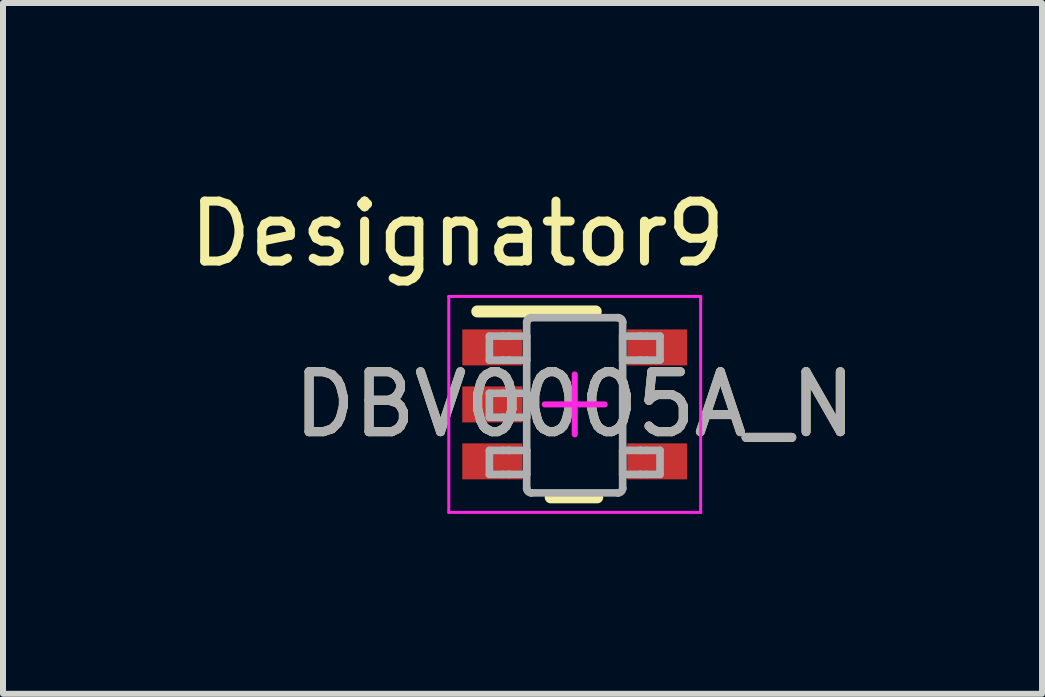
<source format=kicad_pcb>
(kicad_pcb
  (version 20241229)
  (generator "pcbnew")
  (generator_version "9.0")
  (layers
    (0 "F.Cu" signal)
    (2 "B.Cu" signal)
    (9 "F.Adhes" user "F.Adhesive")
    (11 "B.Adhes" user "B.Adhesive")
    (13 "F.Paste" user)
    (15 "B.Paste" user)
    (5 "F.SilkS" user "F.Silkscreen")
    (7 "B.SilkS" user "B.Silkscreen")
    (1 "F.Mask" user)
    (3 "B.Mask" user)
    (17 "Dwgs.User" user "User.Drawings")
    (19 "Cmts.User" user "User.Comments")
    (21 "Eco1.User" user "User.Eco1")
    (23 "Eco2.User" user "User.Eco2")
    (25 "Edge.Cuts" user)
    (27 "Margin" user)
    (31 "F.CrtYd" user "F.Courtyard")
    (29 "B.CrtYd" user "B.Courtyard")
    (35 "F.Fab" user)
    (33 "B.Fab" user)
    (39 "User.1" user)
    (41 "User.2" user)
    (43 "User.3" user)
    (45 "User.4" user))
  (footprint "DBV0005A_N"
    (layer "F.Cu")
    (at 6.533 3.693)
    (property "Reference" "DBV0005A_N" (at 0 0 0) (unlocked yes) (layer "F.SilkS") (effects (font (size 1 1) (thickness 0.15))))
    (attr smd)
    (fp_line (start -1.625 -1.55) (end 0.35 -1.55) (stroke (width 0.2) (type solid)) (layer "F.SilkS"))
    (fp_line (start -0.4 1.55) (end 0.375 1.55) (stroke (width 0.2) (type solid)) (layer "F.SilkS"))
    (fp_line (start -2.1 -1.8) (end 2.1 -1.8) (stroke (width 0.05) (type solid)) (layer "F.CrtYd"))
    (fp_line (start -2.1 1.8) (end -2.1 -1.8) (stroke (width 0.05) (type solid)) (layer "F.CrtYd"))
    (fp_line (start -2.1 1.8) (end 2.1 1.8) (stroke (width 0.05) (type solid)) (layer "F.CrtYd"))
    (fp_line (start -0.5 0) (end 0.5 0) (stroke (width 0.1) (type solid)) (layer "F.CrtYd"))
    (fp_line (start 0 0.5) (end 0 -0.5) (stroke (width 0.1) (type solid)) (layer "F.CrtYd"))
    (fp_line (start 2.1 1.8) (end 2.1 -1.8) (stroke (width 0.05) (type solid)) (layer "F.CrtYd"))
    (fp_line (start -1.423 -1.138) (end -1.199 -1.138) (stroke (width 0.127) (type solid)) (layer "F.Fab"))
    (fp_line (start -1.423 -0.738) (end -1.423 -1.138) (stroke (width 0.127) (type solid)) (layer "F.Fab"))
    (fp_line (start -1.423 -0.738) (end -1.199 -0.738) (stroke (width 0.127) (type solid)) (layer "F.Fab"))
    (fp_line (start -1.423 -0.186) (end -1.199 -0.186) (stroke (width 0.127) (type solid)) (layer "F.Fab"))
    (fp_line (start -1.423 0.215) (end -1.423 -0.186) (stroke (width 0.127) (type solid)) (layer "F.Fab"))
    (fp_line (start -1.423 0.215) (end -1.199 0.215) (stroke (width 0.127) (type solid)) (layer "F.Fab"))
    (fp_line (start -1.423 0.767) (end -1.199 0.767) (stroke (width 0.127) (type solid)) (layer "F.Fab"))
    (fp_line (start -1.423 1.167) (end -1.423 0.767) (stroke (width 0.127) (type solid)) (layer "F.Fab"))
    (fp_line (start -1.423 1.167) (end -1.199 1.167) (stroke (width 0.127) (type solid)) (layer "F.Fab"))
    (fp_line (start -1.199 -1.138) (end -1.105 -1.138) (stroke (width 0.127) (type solid)) (layer "F.Fab"))
    (fp_line (start -1.199 -0.738) (end -1.105 -0.738) (stroke (width 0.127) (type solid)) (layer "F.Fab"))
    (fp_line (start -1.199 -0.186) (end -1.105 -0.186) (stroke (width 0.127) (type solid)) (layer "F.Fab"))
    (fp_line (start -1.199 0.215) (end -1.105 0.215) (stroke (width 0.127) (type solid)) (layer "F.Fab"))
    (fp_line (start -1.199 0.767) (end -1.105 0.767) (stroke (width 0.127) (type solid)) (layer "F.Fab"))
    (fp_line (start -1.199 1.167) (end -1.105 1.167) (stroke (width 0.127) (type solid)) (layer "F.Fab"))
    (fp_line (start -1.105 -1.138) (end -1.088 -1.138) (stroke (width 0.127) (type solid)) (layer "F.Fab"))
    (fp_line (start -1.105 -0.738) (end -1.088 -0.738) (stroke (width 0.127) (type solid)) (layer "F.Fab"))
    (fp_line (start -1.105 -0.186) (end -1.088 -0.186) (stroke (width 0.127) (type solid)) (layer "F.Fab"))
    (fp_line (start -1.105 0.215) (end -1.088 0.215) (stroke (width 0.127) (type solid)) (layer "F.Fab"))
    (fp_line (start -1.105 0.767) (end -1.088 0.767) (stroke (width 0.127) (type solid)) (layer "F.Fab"))
    (fp_line (start -1.105 1.167) (end -1.088 1.167) (stroke (width 0.127) (type solid)) (layer "F.Fab"))
    (fp_line (start -1.088 -1.138) (end -0.835 -1.138) (stroke (width 0.127) (type solid)) (layer "F.Fab"))
    (fp_line (start -1.088 -0.738) (end -0.835 -0.738) (stroke (width 0.127) (type solid)) (layer "F.Fab"))
    (fp_line (start -1.088 -0.186) (end -0.835 -0.186) (stroke (width 0.127) (type solid)) (layer "F.Fab"))
    (fp_line (start -1.088 0.215) (end -0.835 0.215) (stroke (width 0.127) (type solid)) (layer "F.Fab"))
    (fp_line (start -1.088 0.767) (end -0.835 0.767) (stroke (width 0.127) (type solid)) (layer "F.Fab"))
    (fp_line (start -1.088 1.167) (end -0.835 1.167) (stroke (width 0.127) (type solid)) (layer "F.Fab"))
    (fp_line (start -0.835 -1.138) (end -0.801 -1.138) (stroke (width 0.127) (type solid)) (layer "F.Fab"))
    (fp_line (start -0.835 -0.738) (end -0.801 -0.738) (stroke (width 0.127) (type solid)) (layer "F.Fab"))
    (fp_line (start -0.835 -0.186) (end -0.801 -0.186) (stroke (width 0.127) (type solid)) (layer "F.Fab"))
    (fp_line (start -0.835 0.215) (end -0.801 0.215) (stroke (width 0.127) (type solid)) (layer "F.Fab"))
    (fp_line (start -0.835 0.767) (end -0.801 0.767) (stroke (width 0.127) (type solid)) (layer "F.Fab"))
    (fp_line (start -0.835 1.167) (end -0.801 1.167) (stroke (width 0.127) (type solid)) (layer "F.Fab"))
    (fp_line (start -0.801 -1.37) (end -0.801 -1.371) (stroke (width 0.127) (type solid)) (layer "F.Fab"))
    (fp_line (start -0.801 -0.738) (end -0.801 -1.138) (stroke (width 0.127) (type solid)) (layer "F.Fab"))
    (fp_line (start -0.801 0.215) (end -0.801 -0.186) (stroke (width 0.127) (type solid)) (layer "F.Fab"))
    (fp_line (start -0.801 1.167) (end -0.801 0.767) (stroke (width 0.127) (type solid)) (layer "F.Fab"))
    (fp_line (start -0.801 1.399) (end -0.801 -1.37) (stroke (width 0.127) (type solid)) (layer "F.Fab"))
    (fp_line (start -0.801 1.4) (end -0.801 1.399) (stroke (width 0.127) (type solid)) (layer "F.Fab"))
    (fp_line (start -0.725 -1.446) (end -0.725 -1.446) (stroke (width 0.127) (type solid)) (layer "F.Fab"))
    (fp_line (start -0.725 1.475) (end -0.725 1.475) (stroke (width 0.127) (type solid)) (layer "F.Fab"))
    (fp_line (start -0.725 -1.446) (end 0.723 -1.446) (stroke (width 0.127) (type solid)) (layer "F.Fab"))
    (fp_line (start -0.725 1.475) (end 0.723 1.475) (stroke (width 0.127) (type solid)) (layer "F.Fab"))
    (fp_line (start 0.723 -1.446) (end 0.724 -1.446) (stroke (width 0.127) (type solid)) (layer "F.Fab"))
    (fp_line (start 0.723 1.475) (end 0.724 1.475) (stroke (width 0.127) (type solid)) (layer "F.Fab"))
    (fp_line (start 0.799 -1.37) (end 0.799 -1.371) (stroke (width 0.127) (type solid)) (layer "F.Fab"))
    (fp_line (start 0.799 -1.138) (end 0.834 -1.138) (stroke (width 0.127) (type solid)) (layer "F.Fab"))
    (fp_line (start 0.799 -0.738) (end 0.799 -1.138) (stroke (width 0.127) (type solid)) (layer "F.Fab"))
    (fp_line (start 0.799 -0.738) (end 0.834 -0.738) (stroke (width 0.127) (type solid)) (layer "F.Fab"))
    (fp_line (start 0.799 0.767) (end 0.834 0.767) (stroke (width 0.127) (type solid)) (layer "F.Fab"))
    (fp_line (start 0.799 1.167) (end 0.799 0.767) (stroke (width 0.127) (type solid)) (layer "F.Fab"))
    (fp_line (start 0.799 1.167) (end 0.834 1.167) (stroke (width 0.127) (type solid)) (layer "F.Fab"))
    (fp_line (start 0.799 1.399) (end 0.799 -1.37) (stroke (width 0.127) (type solid)) (layer "F.Fab"))
    (fp_line (start 0.799 1.4) (end 0.799 1.399) (stroke (width 0.127) (type solid)) (layer "F.Fab"))
    (fp_line (start 0.834 -1.138) (end 1.087 -1.138) (stroke (width 0.127) (type solid)) (layer "F.Fab"))
    (fp_line (start 0.834 -0.738) (end 1.087 -0.738) (stroke (width 0.127) (type solid)) (layer "F.Fab"))
    (fp_line (start 0.834 0.767) (end 1.087 0.767) (stroke (width 0.127) (type solid)) (layer "F.Fab"))
    (fp_line (start 0.834 1.167) (end 1.087 1.167) (stroke (width 0.127) (type solid)) (layer "F.Fab"))
    (fp_line (start 1.087 -1.138) (end 1.103 -1.138) (stroke (width 0.127) (type solid)) (layer "F.Fab"))
    (fp_line (start 1.087 -0.738) (end 1.103 -0.738) (stroke (width 0.127) (type solid)) (layer "F.Fab"))
    (fp_line (start 1.087 0.767) (end 1.103 0.767) (stroke (width 0.127) (type solid)) (layer "F.Fab"))
    (fp_line (start 1.087 1.167) (end 1.103 1.167) (stroke (width 0.127) (type solid)) (layer "F.Fab"))
    (fp_line (start 1.103 -1.138) (end 1.198 -1.138) (stroke (width 0.127) (type solid)) (layer "F.Fab"))
    (fp_line (start 1.103 -0.738) (end 1.198 -0.738) (stroke (width 0.127) (type solid)) (layer "F.Fab"))
    (fp_line (start 1.103 0.767) (end 1.198 0.767) (stroke (width 0.127) (type solid)) (layer "F.Fab"))
    (fp_line (start 1.103 1.167) (end 1.198 1.167) (stroke (width 0.127) (type solid)) (layer "F.Fab"))
    (fp_line (start 1.198 -1.138) (end 1.422 -1.138) (stroke (width 0.127) (type solid)) (layer "F.Fab"))
    (fp_line (start 1.198 -0.738) (end 1.422 -0.738) (stroke (width 0.127) (type solid)) (layer "F.Fab"))
    (fp_line (start 1.198 0.767) (end 1.422 0.767) (stroke (width 0.127) (type solid)) (layer "F.Fab"))
    (fp_line (start 1.198 1.167) (end 1.422 1.167) (stroke (width 0.127) (type solid)) (layer "F.Fab"))
    (fp_line (start 1.422 -0.738) (end 1.422 -1.138) (stroke (width 0.127) (type solid)) (layer "F.Fab"))
    (fp_line (start 1.422 1.167) (end 1.422 0.767) (stroke (width 0.127) (type solid)) (layer "F.Fab"))
    (fp_arc (start -0.80074 -1.37084) (mid -0.778218 -1.423887) (end -0.724999 -1.445998) (stroke (width 0.127) (type solid)) (layer "F.Fab"))
    (fp_arc (start -0.724999 1.475) (mid -0.778213 1.452901) (end -0.80074 1.399867) (stroke (width 0.127) (type solid)) (layer "F.Fab"))
    (fp_arc (start 0.723714 -1.445998) (mid 0.776933 -1.423887) (end 0.799455 -1.37084) (stroke (width 0.127) (type solid)) (layer "F.Fab"))
    (fp_arc (start 0.799455 1.399868) (mid 0.776927 1.452901) (end 0.723713 1.475) (stroke (width 0.127) (type solid)) (layer "F.Fab"))
    (fp_text user "Designator9" (at -1.956 -2.845 0) (unlocked yes) (layer "F.SilkS") (effects (font (size 1 1) (thickness 0.15))))
    (fp_text user "${REFERENCE}" (at 0 0 0) (unlocked yes) (layer "F.Fab") (effects (font (size 1 1) (thickness 0.15))))
    (pad "1" smd rect (at -1.375 -0.95 90) (size 0.6 1) (layers "F.Cu" "F.Mask" "F.Paste"))
    (pad "2" smd rect (at -1.375 0 90) (size 0.6 1) (layers "F.Cu" "F.Mask" "F.Paste"))
    (pad "3" smd rect (at -1.375 0.95 90) (size 0.6 1) (layers "F.Cu" "F.Mask" "F.Paste"))
    (pad "4" smd rect (at 1.375 0.95 90) (size 0.6 1) (layers "F.Cu" "F.Mask" "F.Paste"))
    (pad "5" smd rect (at 1.375 -0.95 90) (size 0.6 1) (layers "F.Cu" "F.Mask" "F.Paste")))
  (gr_rect
    (start -3 -3)
    (end 14.325 8.518)
    (stroke (width 0.1) (type default))
    (fill no)
    (layer "Edge.Cuts")))
</source>
